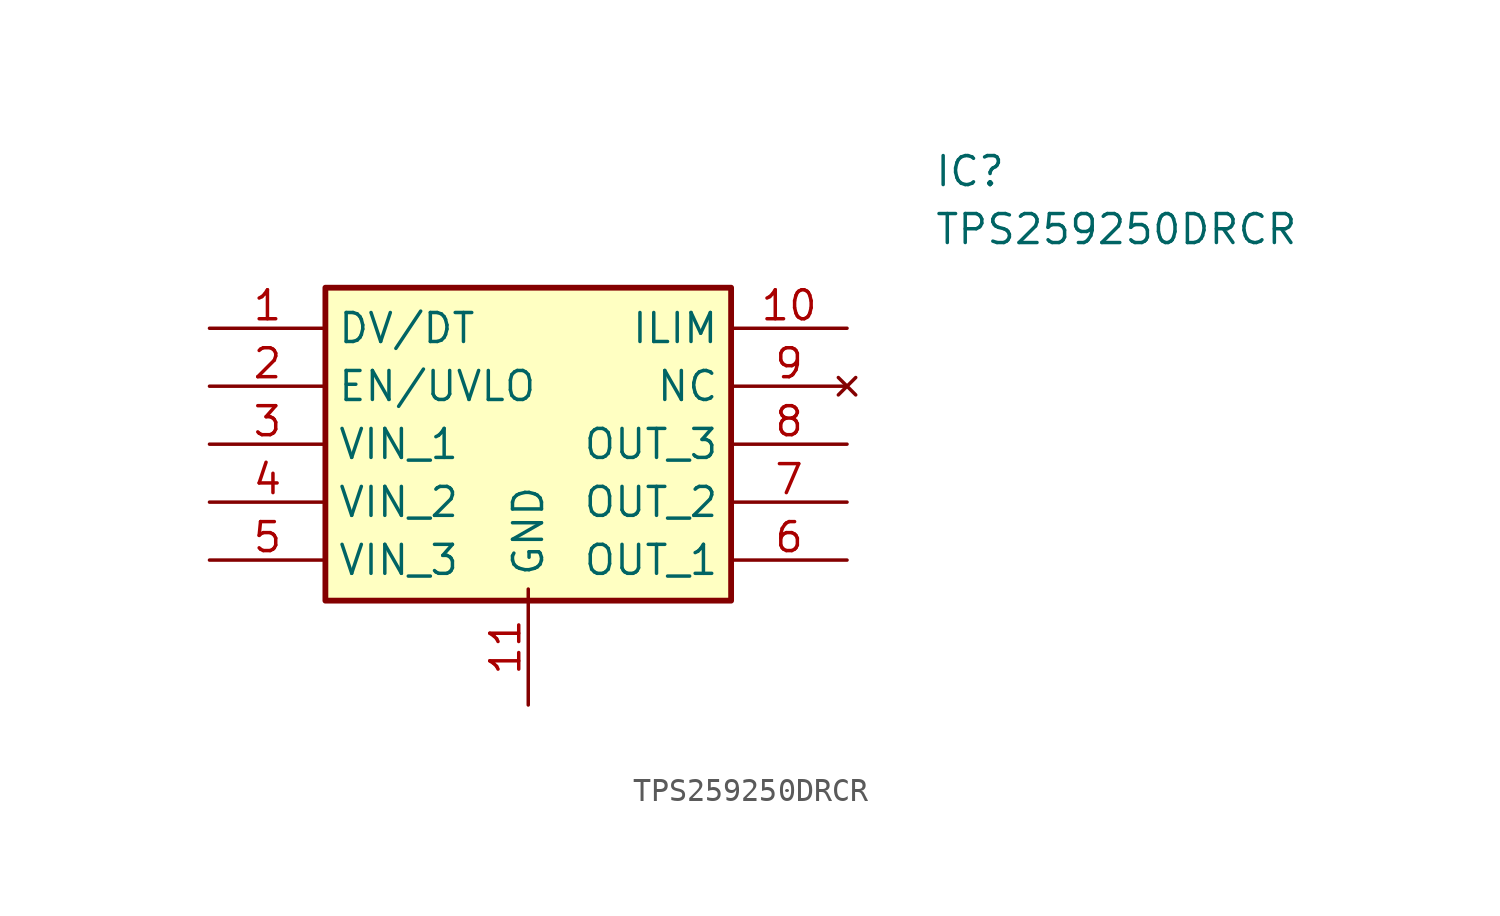
<source format=kicad_sym>
(kicad_symbol_lib
  (version 20241209)
  (generator "kicad_symbol_editor")
  (generator_version "9.0")
  (symbol "TPS259250DRCR"
    (property "Reference" "IC"
      (at 31.75 7.62 0)
      (effects (font (size 1.27 1.27)) (justify left top)))
    (property "Value" "TPS259250DRCR"
      (at 31.75 5.08 0)
      (effects (font (size 1.27 1.27)) (justify left top)))
    (symbol "TPS259250DRCR_1_1"
      (rectangle (start 5.08 1.778) (end 22.86 -11.938) (stroke (width 0.254) (type default)) (fill (type background)))
      (pin passive line (at 0 0 0) (length 5.08) (name "DV/DT" (effects (font (size 1.27 1.27)))) (number "1" (effects (font (size 1.27 1.27)))))
      (pin passive line (at 0 -2.54 0) (length 5.08) (name "EN/UVLO" (effects (font (size 1.27 1.27)))) (number "2" (effects (font (size 1.27 1.27)))))
      (pin passive line (at 0 -5.08 0) (length 5.08) (name "VIN_1" (effects (font (size 1.27 1.27)))) (number "3" (effects (font (size 1.27 1.27)))))
      (pin passive line (at 0 -7.62 0) (length 5.08) (name "VIN_2" (effects (font (size 1.27 1.27)))) (number "4" (effects (font (size 1.27 1.27)))))
      (pin passive line (at 0 -10.16 0) (length 5.08) (name "VIN_3" (effects (font (size 1.27 1.27)))) (number "5" (effects (font (size 1.27 1.27)))))
      (pin passive line (at 13.97 -16.51 90) (length 5.08) (name "GND" (effects (font (size 1.27 1.27)))) (number "11" (effects (font (size 1.27 1.27)))))
      (pin passive line (at 27.94 0 180) (length 5.08) (name "ILIM" (effects (font (size 1.27 1.27)))) (number "10" (effects (font (size 1.27 1.27)))))
      (pin no_connect line (at 27.94 -2.54 180) (length 5.08) (name "NC" (effects (font (size 1.27 1.27)))) (number "9" (effects (font (size 1.27 1.27)))))
      (pin passive line (at 27.94 -5.08 180) (length 5.08) (name "OUT_3" (effects (font (size 1.27 1.27)))) (number "8" (effects (font (size 1.27 1.27)))))
      (pin passive line (at 27.94 -7.62 180) (length 5.08) (name "OUT_2" (effects (font (size 1.27 1.27)))) (number "7" (effects (font (size 1.27 1.27)))))
      (pin passive line (at 27.94 -10.16 180) (length 5.08) (name "OUT_1" (effects (font (size 1.27 1.27)))) (number "6" (effects (font (size 1.27 1.27))))))))
</source>
